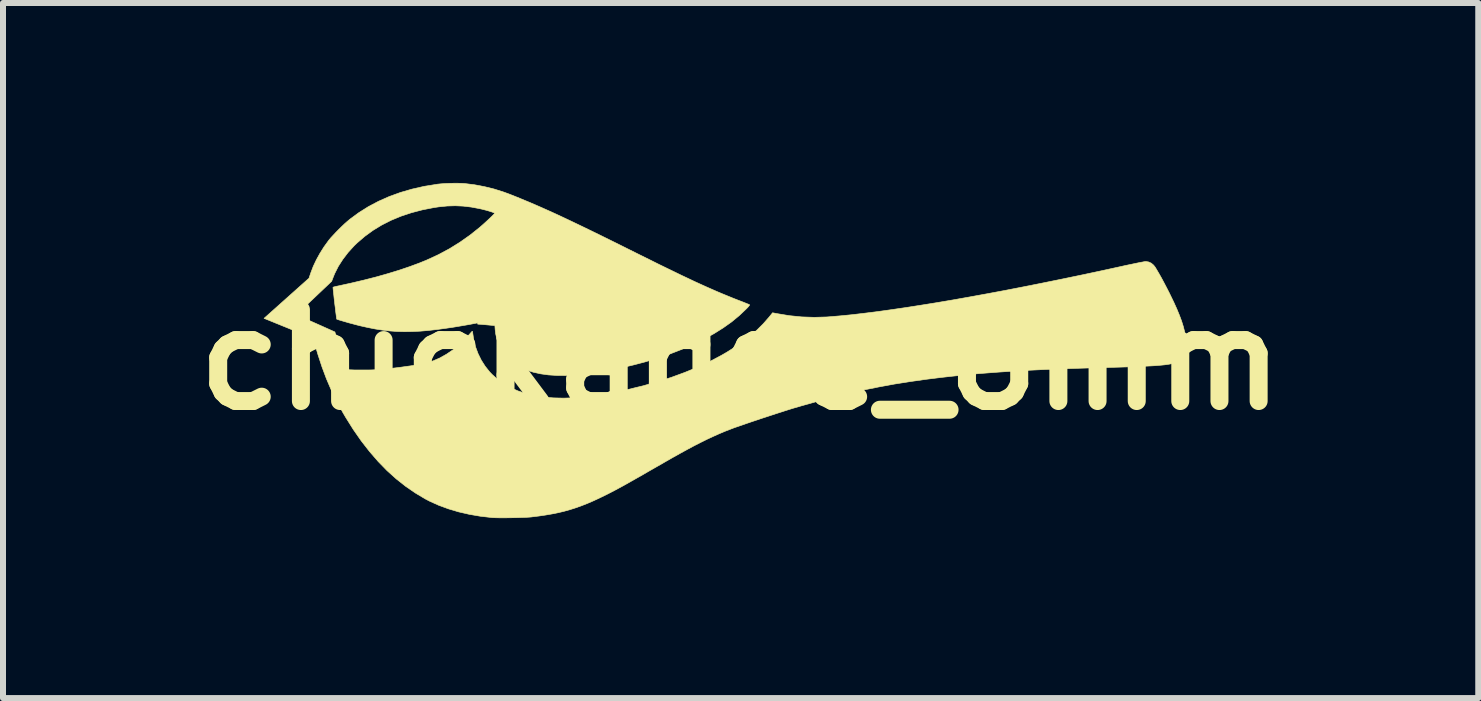
<source format=kicad_pcb>
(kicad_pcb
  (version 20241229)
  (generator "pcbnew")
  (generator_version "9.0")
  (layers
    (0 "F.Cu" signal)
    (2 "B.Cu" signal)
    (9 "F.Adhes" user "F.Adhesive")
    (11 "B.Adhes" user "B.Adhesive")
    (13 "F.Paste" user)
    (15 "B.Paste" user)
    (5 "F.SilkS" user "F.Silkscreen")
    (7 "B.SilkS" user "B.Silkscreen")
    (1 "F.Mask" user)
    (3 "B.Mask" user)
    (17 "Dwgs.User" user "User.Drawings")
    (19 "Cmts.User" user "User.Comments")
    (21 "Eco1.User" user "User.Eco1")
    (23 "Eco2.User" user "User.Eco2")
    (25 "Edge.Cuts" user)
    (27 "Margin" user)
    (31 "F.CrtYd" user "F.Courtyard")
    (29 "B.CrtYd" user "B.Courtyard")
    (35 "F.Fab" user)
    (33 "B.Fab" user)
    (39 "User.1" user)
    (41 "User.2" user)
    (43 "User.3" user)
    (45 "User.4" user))
  (footprint "chickadee_6mm"
    (layer "F.Cu")
    (at 9.296 2.946)
    (property "Reference" "chickadee_6mm" (at 0 0 0) (layer "F.SilkS") (effects (font (size 1.524 1.524) (thickness 0.3))))
    (attr through_hole)
    (fp_poly (pts (xy -4.711 -2.941) (xy -4.644 -2.939) (xy -4.597 -2.936) (xy -4.436 -2.916) (xy -4.272 -2.885) (xy -4.109 -2.845) (xy -3.948 -2.794) (xy -3.853 -2.759) (xy -3.767 -2.725) (xy -3.683 -2.691) (xy -3.599 -2.656) (xy -3.514 -2.621) (xy -3.428 -2.584) (xy -3.341 -2.546) (xy -3.251 -2.506) (xy -3.157 -2.464) (xy -3.059 -2.419) (xy -2.956 -2.371) (xy -2.848 -2.32) (xy -2.733 -2.265) (xy -2.61 -2.206) (xy -2.48 -2.143) (xy -2.341 -2.075) (xy -2.193 -2.002) (xy -2.035 -1.924) (xy -1.865 -1.839) (xy -1.684 -1.749) (xy -1.676 -1.745) (xy -1.516 -1.666) (xy -1.368 -1.592) (xy -1.23 -1.525) (xy -1.102 -1.463) (xy -0.983 -1.405) (xy -0.87 -1.352) (xy -0.765 -1.302) (xy -0.664 -1.256) (xy -0.569 -1.213) (xy -0.476 -1.172) (xy -0.387 -1.133) (xy -0.299 -1.096) (xy -0.211 -1.06) (xy -0.123 -1.024) (xy -0.039 -0.991) (xy 0.008 -0.973) (xy 0.052 -0.956) (xy 0.089 -0.941) (xy 0.119 -0.929) (xy 0.139 -0.921) (xy 0.148 -0.917) (xy 0.15 -0.912) (xy 0.145 -0.903) (xy 0.133 -0.887) (xy 0.112 -0.864) (xy 0.091 -0.843) (xy -0.023 -0.735) (xy -0.15 -0.63) (xy -0.291 -0.53) (xy -0.444 -0.434) (xy -0.609 -0.343) (xy -0.785 -0.257) (xy -0.973 -0.175) (xy -1.171 -0.098) (xy -1.38 -0.027) (xy -1.599 0.039) (xy -1.782 0.087) (xy -1.997 0.138) (xy -2.201 0.181) (xy -2.394 0.215) (xy -2.577 0.24) (xy -2.749 0.256) (xy -2.91 0.264) (xy -3.061 0.263) (xy -3.203 0.254) (xy -3.333 0.236) (xy -3.455 0.209) (xy -3.566 0.173) (xy -3.668 0.129) (xy -3.76 0.076) (xy -3.769 0.07) (xy -3.807 0.041) (xy -3.848 0.006) (xy -3.889 -0.034) (xy -3.926 -0.074) (xy -3.955 -0.11) (xy -3.956 -0.11) (xy -3.999 -0.181) (xy -4.035 -0.26) (xy -4.064 -0.345) (xy -4.083 -0.432) (xy -4.091 -0.497) (xy -4.096 -0.568) (xy -4.226 -0.58) (xy -4.269 -0.584) (xy -4.307 -0.587) (xy -4.339 -0.59) (xy -4.362 -0.591) (xy -4.374 -0.592) (xy -4.385 -0.594) (xy -4.384 -0.6) (xy -4.381 -0.604) (xy -4.376 -0.612) (xy -4.38 -0.614) (xy -4.395 -0.611) (xy -4.396 -0.611) (xy -4.453 -0.6) (xy -4.521 -0.587) (xy -4.596 -0.574) (xy -4.673 -0.561) (xy -4.75 -0.548) (xy -4.823 -0.536) (xy -4.888 -0.527) (xy -4.893 -0.526) (xy -5.054 -0.504) (xy -5.204 -0.487) (xy -5.344 -0.475) (xy -5.477 -0.469) (xy -5.604 -0.467) (xy -5.727 -0.47) (xy -5.848 -0.479) (xy -5.969 -0.493) (xy -6.091 -0.512) (xy -6.217 -0.537) (xy -6.342 -0.565) (xy -6.382 -0.575) (xy -6.428 -0.587) (xy -6.476 -0.6) (xy -6.526 -0.613) (xy -6.574 -0.627) (xy -6.619 -0.64) (xy -6.66 -0.652) (xy -6.693 -0.662) (xy -6.717 -0.67) (xy -6.731 -0.675) (xy -6.733 -0.677) (xy -6.734 -0.684) (xy -6.737 -0.704) (xy -6.741 -0.734) (xy -6.746 -0.772) (xy -6.752 -0.817) (xy -6.757 -0.866) (xy -6.764 -0.918) (xy -6.77 -0.971) (xy -6.776 -1.023) (xy -6.781 -1.072) (xy -6.786 -1.117) (xy -6.79 -1.154) (xy -6.793 -1.183) (xy -6.794 -1.202) (xy -6.795 -1.207) (xy -6.788 -1.21) (xy -6.771 -1.215) (xy -6.745 -1.222) (xy -6.719 -1.227) (xy -6.494 -1.276) (xy -6.278 -1.327) (xy -6.071 -1.38) (xy -5.874 -1.436) (xy -5.688 -1.493) (xy -5.514 -1.552) (xy -5.352 -1.612) (xy -5.23 -1.662) (xy -5.037 -1.751) (xy -4.854 -1.849) (xy -4.68 -1.957) (xy -4.511 -2.076) (xy -4.348 -2.206) (xy -4.315 -2.235) (xy -4.28 -2.266) (xy -4.245 -2.298) (xy -4.21 -2.33) (xy -4.177 -2.361) (xy -4.148 -2.389) (xy -4.124 -2.413) (xy -4.108 -2.43) (xy -4.1 -2.44) (xy -4.099 -2.442) (xy -4.106 -2.447) (xy -4.124 -2.454) (xy -4.151 -2.464) (xy -4.186 -2.475) (xy -4.226 -2.487) (xy -4.269 -2.498) (xy -4.312 -2.509) (xy -4.352 -2.518) (xy -4.49 -2.544) (xy -4.624 -2.56) (xy -4.756 -2.566) (xy -4.891 -2.562) (xy -5.03 -2.548) (xy -5.111 -2.536) (xy -5.304 -2.498) (xy -5.487 -2.45) (xy -5.662 -2.392) (xy -5.826 -2.324) (xy -5.982 -2.245) (xy -6.128 -2.156) (xy -6.264 -2.057) (xy -6.391 -1.948) (xy -6.442 -1.899) (xy -6.543 -1.788) (xy -6.631 -1.673) (xy -6.706 -1.556) (xy -6.767 -1.435) (xy -6.794 -1.368) (xy -6.817 -1.307) (xy -7.109 -1.03) (xy -7.163 -0.979) (xy -7.213 -0.931) (xy -7.259 -0.887) (xy -7.3 -0.847) (xy -7.335 -0.813) (xy -7.363 -0.785) (xy -7.383 -0.765) (xy -7.395 -0.752) (xy -7.397 -0.749) (xy -7.39 -0.745) (xy -7.372 -0.736) (xy -7.343 -0.723) (xy -7.304 -0.705) (xy -7.258 -0.684) (xy -7.206 -0.66) (xy -7.148 -0.634) (xy -7.085 -0.606) (xy -7.078 -0.603) (xy -6.763 -0.462) (xy -6.723 -0.321) (xy -6.695 -0.225) (xy -6.668 -0.136) (xy -6.639 -0.049) (xy -6.607 0.044) (xy -6.597 0.073) (xy -6.583 0.109) (xy -6.573 0.134) (xy -6.564 0.15) (xy -6.556 0.16) (xy -6.548 0.164) (xy -6.535 0.167) (xy -6.51 0.169) (xy -6.475 0.17) (xy -6.431 0.172) (xy -6.381 0.172) (xy -6.327 0.172) (xy -6.271 0.172) (xy -6.214 0.172) (xy -6.158 0.171) (xy -6.107 0.169) (xy -6.061 0.167) (xy -6.022 0.165) (xy -6.008 0.164) (xy -5.923 0.155) (xy -5.835 0.146) (xy -5.747 0.136) (xy -5.659 0.125) (xy -5.574 0.113) (xy -5.494 0.102) (xy -5.42 0.091) (xy -5.354 0.08) (xy -5.298 0.069) (xy -5.253 0.06) (xy -5.239 0.056) (xy -5.126 0.02) (xy -5.013 -0.029) (xy -4.903 -0.091) (xy -4.795 -0.164) (xy -4.691 -0.248) (xy -4.593 -0.342) (xy -4.522 -0.421) (xy -4.499 -0.447) (xy -4.484 -0.464) (xy -4.475 -0.472) (xy -4.471 -0.473) (xy -4.469 -0.467) (xy -4.468 -0.462) (xy -4.45 -0.338) (xy -4.42 -0.218) (xy -4.377 -0.102) (xy -4.323 0.008) (xy -4.258 0.11) (xy -4.183 0.204) (xy -4.142 0.247) (xy -4.048 0.331) (xy -3.944 0.404) (xy -3.831 0.468) (xy -3.708 0.522) (xy -3.576 0.566) (xy -3.434 0.599) (xy -3.283 0.623) (xy -3.121 0.637) (xy -2.95 0.641) (xy -2.769 0.635) (xy -2.578 0.619) (xy -2.377 0.593) (xy -2.167 0.557) (xy -2.163 0.556) (xy -1.896 0.501) (xy -1.639 0.439) (xy -1.392 0.37) (xy -1.155 0.295) (xy -0.929 0.212) (xy -0.714 0.124) (xy -0.511 0.029) (xy -0.32 -0.072) (xy -0.227 -0.126) (xy -0.083 -0.217) (xy 0.048 -0.308) (xy 0.167 -0.401) (xy 0.277 -0.498) (xy 0.378 -0.599) (xy 0.471 -0.705) (xy 0.519 -0.764) (xy 0.533 -0.782) (xy 0.6 -0.769) (xy 0.81 -0.734) (xy 1.019 -0.713) (xy 1.228 -0.706) (xy 1.438 -0.712) (xy 1.489 -0.716) (xy 1.667 -0.731) (xy 1.859 -0.75) (xy 2.063 -0.774) (xy 2.28 -0.801) (xy 2.509 -0.833) (xy 2.749 -0.868) (xy 2.999 -0.907) (xy 3.261 -0.949) (xy 3.533 -0.995) (xy 3.814 -1.045) (xy 4.105 -1.098) (xy 4.405 -1.154) (xy 4.714 -1.214) (xy 5.03 -1.277) (xy 5.355 -1.343) (xy 5.687 -1.412) (xy 6.025 -1.484) (xy 6.354 -1.556) (xy 6.425 -1.572) (xy 6.493 -1.586) (xy 6.555 -1.599) (xy 6.612 -1.611) (xy 6.661 -1.621) (xy 6.701 -1.628) (xy 6.731 -1.634) (xy 6.749 -1.636) (xy 6.753 -1.637) (xy 6.802 -1.629) (xy 6.846 -1.609) (xy 6.885 -1.576) (xy 6.911 -1.543) (xy 6.942 -1.491) (xy 6.979 -1.428) (xy 7.019 -1.357) (xy 7.06 -1.28) (xy 7.103 -1.198) (xy 7.146 -1.114) (xy 7.161 -1.083) (xy 7.221 -0.959) (xy 7.272 -0.846) (xy 7.315 -0.742) (xy 7.351 -0.646) (xy 7.379 -0.557) (xy 7.4 -0.475) (xy 7.414 -0.398) (xy 7.421 -0.326) (xy 7.422 -0.278) (xy 7.42 -0.209) (xy 7.411 -0.15) (xy 7.396 -0.101) (xy 7.377 -0.061) (xy 7.351 -0.023) (xy 7.322 0.005) (xy 7.287 0.028) (xy 7.281 0.031) (xy 7.26 0.041) (xy 7.238 0.051) (xy 7.212 0.059) (xy 7.183 0.067) (xy 7.15 0.074) (xy 7.112 0.08) (xy 7.068 0.086) (xy 7.017 0.091) (xy 6.96 0.096) (xy 6.894 0.101) (xy 6.82 0.105) (xy 6.737 0.109) (xy 6.644 0.113) (xy 6.539 0.117) (xy 6.423 0.121) (xy 6.295 0.125) (xy 6.154 0.129) (xy 6.078 0.131) (xy 5.839 0.137) (xy 5.613 0.144) (xy 5.399 0.151) (xy 5.195 0.159) (xy 5.002 0.167) (xy 4.817 0.176) (xy 4.64 0.185) (xy 4.469 0.196) (xy 4.304 0.207) (xy 4.144 0.219) (xy 3.987 0.231) (xy 3.832 0.245) (xy 3.679 0.26) (xy 3.525 0.276) (xy 3.371 0.293) (xy 3.369 0.293) (xy 3.094 0.327) (xy 2.827 0.365) (xy 2.567 0.406) (xy 2.311 0.453) (xy 2.057 0.504) (xy 1.802 0.561) (xy 1.544 0.624) (xy 1.281 0.694) (xy 1.009 0.771) (xy 0.868 0.812) (xy 0.814 0.829) (xy 0.75 0.849) (xy 0.679 0.872) (xy 0.601 0.897) (xy 0.518 0.924) (xy 0.433 0.952) (xy 0.347 0.98) (xy 0.261 1.009) (xy 0.177 1.037) (xy 0.098 1.064) (xy 0.024 1.09) (xy -0.043 1.113) (xy -0.102 1.133) (xy -0.149 1.151) (xy -0.175 1.161) (xy -0.268 1.197) (xy -0.362 1.237) (xy -0.458 1.28) (xy -0.557 1.326) (xy -0.66 1.377) (xy -0.77 1.433) (xy -0.886 1.495) (xy -1.01 1.563) (xy -1.144 1.638) (xy -1.263 1.706) (xy -1.326 1.743) (xy -1.397 1.783) (xy -1.472 1.826) (xy -1.547 1.869) (xy -1.617 1.91) (xy -1.68 1.946) (xy -1.686 1.949) (xy -1.836 2.034) (xy -1.975 2.112) (xy -2.105 2.182) (xy -2.227 2.245) (xy -2.342 2.301) (xy -2.451 2.352) (xy -2.555 2.397) (xy -2.657 2.437) (xy -2.756 2.472) (xy -2.854 2.503) (xy -2.952 2.53) (xy -3.051 2.553) (xy -3.152 2.573) (xy -3.257 2.591) (xy -3.367 2.607) (xy -3.482 2.621) (xy -3.485 2.622) (xy -3.523 2.625) (xy -3.571 2.628) (xy -3.629 2.63) (xy -3.693 2.632) (xy -3.761 2.634) (xy -3.831 2.635) (xy -3.901 2.636) (xy -3.967 2.636) (xy -4.029 2.636) (xy -4.082 2.635) (xy -4.125 2.633) (xy -4.145 2.632) (xy -4.337 2.61) (xy -4.523 2.578) (xy -4.701 2.537) (xy -4.872 2.486) (xy -5.033 2.427) (xy -5.184 2.359) (xy -5.253 2.323) (xy -5.421 2.223) (xy -5.584 2.111) (xy -5.742 1.986) (xy -5.895 1.848) (xy -6.042 1.697) (xy -6.185 1.532) (xy -6.323 1.355) (xy -6.456 1.164) (xy -6.584 0.96) (xy -6.632 0.878) (xy -6.731 0.696) (xy -6.822 0.51) (xy -6.904 0.319) (xy -6.978 0.121) (xy -7.046 -0.086) (xy -7.087 -0.226) (xy -7.124 -0.356) (xy -7.374 -0.457) (xy -7.438 -0.484) (xy -7.507 -0.511) (xy -7.575 -0.539) (xy -7.642 -0.566) (xy -7.703 -0.591) (xy -7.755 -0.612) (xy -7.784 -0.624) (xy -7.944 -0.689) (xy -7.195 -1.358) (xy -7.164 -1.45) (xy -7.124 -1.555) (xy -7.073 -1.663) (xy -7.013 -1.772) (xy -6.946 -1.879) (xy -6.873 -1.98) (xy -6.86 -1.997) (xy -6.83 -2.033) (xy -6.791 -2.075) (xy -6.747 -2.122) (xy -6.699 -2.171) (xy -6.65 -2.219) (xy -6.603 -2.264) (xy -6.559 -2.303) (xy -6.522 -2.334) (xy -6.519 -2.337) (xy -6.367 -2.449) (xy -6.207 -2.55) (xy -6.037 -2.64) (xy -5.859 -2.719) (xy -5.672 -2.787) (xy -5.476 -2.844) (xy -5.273 -2.89) (xy -5.061 -2.924) (xy -5.059 -2.925) (xy -5.001 -2.931) (xy -4.933 -2.936) (xy -4.859 -2.939) (xy -4.784 -2.941) (xy -4.711 -2.941)) (stroke (width 0.01) (type solid)) (fill yes) (layer "F.SilkS")))
  (gr_rect
    (start -3 -3)
    (end 21.593 8.587)
    (stroke (width 0.1) (type default))
    (fill no)
    (layer "Edge.Cuts")))
</source>
